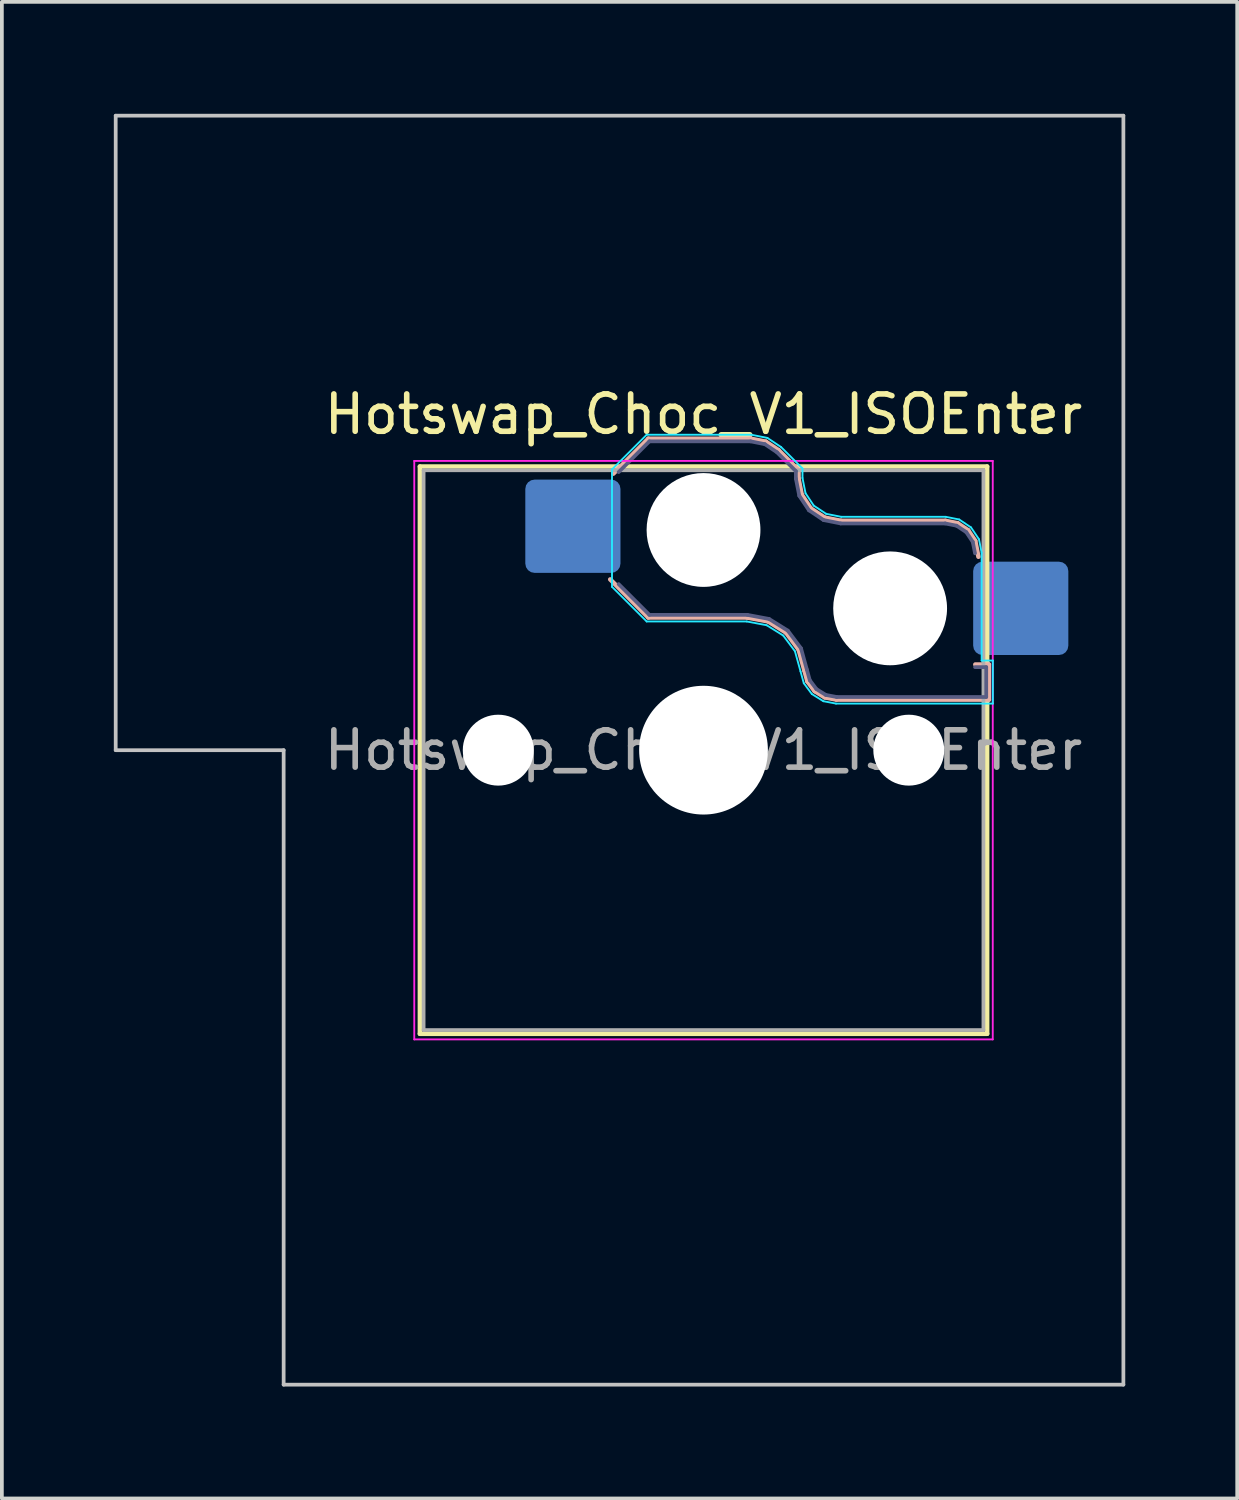
<source format=kicad_pcb>
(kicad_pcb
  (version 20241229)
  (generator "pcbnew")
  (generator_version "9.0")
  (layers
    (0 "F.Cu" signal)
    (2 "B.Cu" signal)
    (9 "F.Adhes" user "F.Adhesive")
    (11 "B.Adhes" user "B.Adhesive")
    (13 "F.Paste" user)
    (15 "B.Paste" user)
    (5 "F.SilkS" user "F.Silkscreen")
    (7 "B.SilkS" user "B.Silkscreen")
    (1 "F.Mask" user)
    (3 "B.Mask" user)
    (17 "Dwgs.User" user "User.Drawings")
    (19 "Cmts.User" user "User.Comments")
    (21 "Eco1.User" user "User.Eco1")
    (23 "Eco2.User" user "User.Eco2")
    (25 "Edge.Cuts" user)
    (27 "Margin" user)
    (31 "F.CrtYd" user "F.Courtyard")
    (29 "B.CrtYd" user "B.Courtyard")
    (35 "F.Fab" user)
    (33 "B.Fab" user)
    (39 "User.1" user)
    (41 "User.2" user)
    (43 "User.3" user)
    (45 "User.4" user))
  (footprint "Hotswap_Choc_V1_ISOEnter"
    (layer "F.Cu")
    (at 15.8 17.05)
    (property "Reference" "Hotswap_Choc_V1_ISOEnter" (at 0 -9 0) (layer "F.SilkS") (effects (font (size 1 1) (thickness 0.15))))
    (attr smd)
    (fp_line (start -7.6 -7.6) (end -7.6 7.6) (stroke (width 0.12) (type solid)) (layer "F.SilkS"))
    (fp_line (start -7.6 7.6) (end 7.6 7.6) (stroke (width 0.12) (type solid)) (layer "F.SilkS"))
    (fp_line (start 7.6 -7.6) (end -7.6 -7.6) (stroke (width 0.12) (type solid)) (layer "F.SilkS"))
    (fp_line (start 7.6 7.6) (end 7.6 -7.6) (stroke (width 0.12) (type solid)) (layer "F.SilkS"))
    (fp_line (start -2.416 -7.409) (end -1.479 -8.346) (stroke (width 0.12) (type solid)) (layer "B.SilkS"))
    (fp_line (start -1.479 -8.346) (end 1.268 -8.346) (stroke (width 0.12) (type solid)) (layer "B.SilkS"))
    (fp_line (start -1.479 -3.554) (end -2.5 -4.575) (stroke (width 0.12) (type solid)) (layer "B.SilkS"))
    (fp_line (start 1.168 -3.554) (end -1.479 -3.554) (stroke (width 0.12) (type solid)) (layer "B.SilkS"))
    (fp_line (start 1.268 -8.346) (end 1.671 -8.266) (stroke (width 0.12) (type solid)) (layer "B.SilkS"))
    (fp_line (start 1.671 -8.266) (end 2.013 -8.037) (stroke (width 0.12) (type solid)) (layer "B.SilkS"))
    (fp_line (start 1.73 -3.449) (end 1.168 -3.554) (stroke (width 0.12) (type solid)) (layer "B.SilkS"))
    (fp_line (start 2.013 -8.037) (end 2.546 -7.504) (stroke (width 0.12) (type solid)) (layer "B.SilkS"))
    (fp_line (start 2.209 -3.15) (end 1.73 -3.449) (stroke (width 0.12) (type solid)) (layer "B.SilkS"))
    (fp_line (start 2.546 -7.504) (end 2.546 -7.282) (stroke (width 0.12) (type solid)) (layer "B.SilkS"))
    (fp_line (start 2.546 -7.282) (end 2.633 -6.844) (stroke (width 0.12) (type solid)) (layer "B.SilkS"))
    (fp_line (start 2.547 -2.697) (end 2.209 -3.15) (stroke (width 0.12) (type solid)) (layer "B.SilkS"))
    (fp_line (start 2.633 -6.844) (end 2.877 -6.477) (stroke (width 0.12) (type solid)) (layer "B.SilkS"))
    (fp_line (start 2.701 -2.139) (end 2.547 -2.697) (stroke (width 0.12) (type solid)) (layer "B.SilkS"))
    (fp_line (start 2.783 -1.841) (end 2.701 -2.139) (stroke (width 0.12) (type solid)) (layer "B.SilkS"))
    (fp_line (start 2.877 -6.477) (end 3.244 -6.233) (stroke (width 0.12) (type solid)) (layer "B.SilkS"))
    (fp_line (start 2.976 -1.583) (end 2.783 -1.841) (stroke (width 0.12) (type solid)) (layer "B.SilkS"))
    (fp_line (start 3.244 -6.233) (end 3.682 -6.146) (stroke (width 0.12) (type solid)) (layer "B.SilkS"))
    (fp_line (start 3.25 -1.413) (end 2.976 -1.583) (stroke (width 0.12) (type solid)) (layer "B.SilkS"))
    (fp_line (start 3.56 -1.354) (end 3.25 -1.413) (stroke (width 0.12) (type solid)) (layer "B.SilkS"))
    (fp_line (start 3.682 -6.146) (end 6.482 -6.146) (stroke (width 0.12) (type solid)) (layer "B.SilkS"))
    (fp_line (start 6.482 -6.146) (end 6.809 -6.081) (stroke (width 0.12) (type solid)) (layer "B.SilkS"))
    (fp_line (start 6.809 -6.081) (end 7.092 -5.892) (stroke (width 0.12) (type solid)) (layer "B.SilkS"))
    (fp_line (start 7.092 -5.892) (end 7.281 -5.609) (stroke (width 0.12) (type solid)) (layer "B.SilkS"))
    (fp_line (start 7.281 -5.609) (end 7.366 -5.182) (stroke (width 0.12) (type solid)) (layer "B.SilkS"))
    (fp_line (start 7.283 -2.296) (end 7.646 -2.296) (stroke (width 0.12) (type solid)) (layer "B.SilkS"))
    (fp_line (start 7.646 -2.296) (end 7.646 -1.354) (stroke (width 0.12) (type solid)) (layer "B.SilkS"))
    (fp_line (start 7.646 -1.354) (end 3.56 -1.354) (stroke (width 0.12) (type solid)) (layer "B.SilkS"))
    (fp_line (start -15.75 -17) (end -15.75 0) (stroke (width 0.1) (type solid)) (layer "Dwgs.User"))
    (fp_line (start -15.75 0) (end -11.25 0) (stroke (width 0.1) (type solid)) (layer "Dwgs.User"))
    (fp_line (start -11.25 0) (end -11.25 17) (stroke (width 0.1) (type solid)) (layer "Dwgs.User"))
    (fp_line (start -11.25 17) (end 11.25 17) (stroke (width 0.1) (type solid)) (layer "Dwgs.User"))
    (fp_line (start 11.25 -17) (end -15.75 -17) (stroke (width 0.1) (type solid)) (layer "Dwgs.User"))
    (fp_line (start 11.25 17) (end 11.25 -17) (stroke (width 0.1) (type solid)) (layer "Dwgs.User"))
    (fp_line (start -7.25 -7.25) (end -7.25 7.25) (stroke (width 0.1) (type solid)) (layer "Eco1.User"))
    (fp_line (start -7.25 7.25) (end 7.25 7.25) (stroke (width 0.1) (type solid)) (layer "Eco1.User"))
    (fp_line (start 7.25 -7.25) (end -7.25 -7.25) (stroke (width 0.1) (type solid)) (layer "Eco1.User"))
    (fp_line (start 7.25 7.25) (end 7.25 -7.25) (stroke (width 0.1) (type solid)) (layer "Eco1.User"))
    (fp_line (start -2.452 -7.523) (end -1.523 -8.452) (stroke (width 0.05) (type solid)) (layer "B.CrtYd"))
    (fp_line (start -2.452 -4.377) (end -2.452 -7.523) (stroke (width 0.05) (type solid)) (layer "B.CrtYd"))
    (fp_line (start -1.523 -8.452) (end 1.278 -8.452) (stroke (width 0.05) (type solid)) (layer "B.CrtYd"))
    (fp_line (start -1.523 -3.448) (end -2.452 -4.377) (stroke (width 0.05) (type solid)) (layer "B.CrtYd"))
    (fp_line (start 1.159 -3.448) (end -1.523 -3.448) (stroke (width 0.05) (type solid)) (layer "B.CrtYd"))
    (fp_line (start 1.278 -8.452) (end 1.712 -8.366) (stroke (width 0.05) (type solid)) (layer "B.CrtYd"))
    (fp_line (start 1.691 -3.348) (end 1.159 -3.448) (stroke (width 0.05) (type solid)) (layer "B.CrtYd"))
    (fp_line (start 1.712 -8.366) (end 2.081 -8.119) (stroke (width 0.05) (type solid)) (layer "B.CrtYd"))
    (fp_line (start 2.081 -8.119) (end 2.652 -7.548) (stroke (width 0.05) (type solid)) (layer "B.CrtYd"))
    (fp_line (start 2.136 -3.071) (end 1.691 -3.348) (stroke (width 0.05) (type solid)) (layer "B.CrtYd"))
    (fp_line (start 2.45 -2.65) (end 2.136 -3.071) (stroke (width 0.05) (type solid)) (layer "B.CrtYd"))
    (fp_line (start 2.599 -2.111) (end 2.45 -2.65) (stroke (width 0.05) (type solid)) (layer "B.CrtYd"))
    (fp_line (start 2.652 -7.548) (end 2.652 -7.292) (stroke (width 0.05) (type solid)) (layer "B.CrtYd"))
    (fp_line (start 2.652 -7.292) (end 2.733 -6.885) (stroke (width 0.05) (type solid)) (layer "B.CrtYd"))
    (fp_line (start 2.687 -1.794) (end 2.599 -2.111) (stroke (width 0.05) (type solid)) (layer "B.CrtYd"))
    (fp_line (start 2.733 -6.885) (end 2.953 -6.553) (stroke (width 0.05) (type solid)) (layer "B.CrtYd"))
    (fp_line (start 2.903 -1.503) (end 2.687 -1.794) (stroke (width 0.05) (type solid)) (layer "B.CrtYd"))
    (fp_line (start 2.953 -6.553) (end 3.285 -6.333) (stroke (width 0.05) (type solid)) (layer "B.CrtYd"))
    (fp_line (start 3.211 -1.312) (end 2.903 -1.503) (stroke (width 0.05) (type solid)) (layer "B.CrtYd"))
    (fp_line (start 3.285 -6.333) (end 3.692 -6.252) (stroke (width 0.05) (type solid)) (layer "B.CrtYd"))
    (fp_line (start 3.55 -1.248) (end 3.211 -1.312) (stroke (width 0.05) (type solid)) (layer "B.CrtYd"))
    (fp_line (start 3.692 -6.252) (end 6.492 -6.252) (stroke (width 0.05) (type solid)) (layer "B.CrtYd"))
    (fp_line (start 6.492 -6.252) (end 6.85 -6.181) (stroke (width 0.05) (type solid)) (layer "B.CrtYd"))
    (fp_line (start 6.85 -6.181) (end 7.168 -5.968) (stroke (width 0.05) (type solid)) (layer "B.CrtYd"))
    (fp_line (start 7.168 -5.968) (end 7.381 -5.65) (stroke (width 0.05) (type solid)) (layer "B.CrtYd"))
    (fp_line (start 7.381 -5.65) (end 7.452 -5.292) (stroke (width 0.05) (type solid)) (layer "B.CrtYd"))
    (fp_line (start 7.452 -5.292) (end 7.452 -2.402) (stroke (width 0.05) (type solid)) (layer "B.CrtYd"))
    (fp_line (start 7.452 -2.402) (end 7.752 -2.402) (stroke (width 0.05) (type solid)) (layer "B.CrtYd"))
    (fp_line (start 7.752 -2.402) (end 7.752 -1.248) (stroke (width 0.05) (type solid)) (layer "B.CrtYd"))
    (fp_line (start 7.752 -1.248) (end 3.55 -1.248) (stroke (width 0.05) (type solid)) (layer "B.CrtYd"))
    (fp_line (start -7.75 -7.75) (end -7.75 7.75) (stroke (width 0.05) (type solid)) (layer "F.CrtYd"))
    (fp_line (start -7.75 7.75) (end 7.75 7.75) (stroke (width 0.05) (type solid)) (layer "F.CrtYd"))
    (fp_line (start 7.75 -7.75) (end -7.75 -7.75) (stroke (width 0.05) (type solid)) (layer "F.CrtYd"))
    (fp_line (start 7.75 7.75) (end 7.75 -7.75) (stroke (width 0.05) (type solid)) (layer "F.CrtYd"))
    (fp_line (start -2.275 -7.45) (end -1.45 -8.275) (stroke (width 0.1) (type solid)) (layer "B.Fab"))
    (fp_line (start -1.45 -8.275) (end 1.261 -8.275) (stroke (width 0.1) (type solid)) (layer "B.Fab"))
    (fp_line (start -1.45 -3.625) (end -2.275 -4.45) (stroke (width 0.1) (type solid)) (layer "B.Fab"))
    (fp_line (start 1.175 -3.625) (end -1.45 -3.625) (stroke (width 0.1) (type solid)) (layer "B.Fab"))
    (fp_line (start 1.261 -8.275) (end 1.643 -8.199) (stroke (width 0.1) (type solid)) (layer "B.Fab"))
    (fp_line (start 1.643 -8.199) (end 1.968 -7.982) (stroke (width 0.1) (type solid)) (layer "B.Fab"))
    (fp_line (start 1.756 -3.516) (end 1.175 -3.625) (stroke (width 0.1) (type solid)) (layer "B.Fab"))
    (fp_line (start 1.968 -7.982) (end 2.475 -7.475) (stroke (width 0.1) (type solid)) (layer "B.Fab"))
    (fp_line (start 2.258 -3.203) (end 1.756 -3.516) (stroke (width 0.1) (type solid)) (layer "B.Fab"))
    (fp_line (start 2.475 -7.475) (end 2.475 -7.275) (stroke (width 0.1) (type solid)) (layer "B.Fab"))
    (fp_line (start 2.475 -7.275) (end 2.566 -6.816) (stroke (width 0.1) (type solid)) (layer "B.Fab"))
    (fp_line (start 2.566 -6.816) (end 2.826 -6.426) (stroke (width 0.1) (type solid)) (layer "B.Fab"))
    (fp_line (start 2.612 -2.729) (end 2.258 -3.203) (stroke (width 0.1) (type solid)) (layer "B.Fab"))
    (fp_line (start 2.769 -2.158) (end 2.612 -2.729) (stroke (width 0.1) (type solid)) (layer "B.Fab"))
    (fp_line (start 2.826 -6.426) (end 3.216 -6.166) (stroke (width 0.1) (type solid)) (layer "B.Fab"))
    (fp_line (start 2.848 -1.873) (end 2.769 -2.158) (stroke (width 0.1) (type solid)) (layer "B.Fab"))
    (fp_line (start 3.025 -1.636) (end 2.848 -1.873) (stroke (width 0.1) (type solid)) (layer "B.Fab"))
    (fp_line (start 3.216 -6.166) (end 3.675 -6.075) (stroke (width 0.1) (type solid)) (layer "B.Fab"))
    (fp_line (start 3.276 -1.48) (end 3.025 -1.636) (stroke (width 0.1) (type solid)) (layer "B.Fab"))
    (fp_line (start 3.567 -1.425) (end 3.276 -1.48) (stroke (width 0.1) (type solid)) (layer "B.Fab"))
    (fp_line (start 3.675 -6.075) (end 6.475 -6.075) (stroke (width 0.1) (type solid)) (layer "B.Fab"))
    (fp_line (start 6.475 -6.075) (end 6.781 -6.014) (stroke (width 0.1) (type solid)) (layer "B.Fab"))
    (fp_line (start 6.781 -6.014) (end 7.041 -5.841) (stroke (width 0.1) (type solid)) (layer "B.Fab"))
    (fp_line (start 7.041 -5.841) (end 7.214 -5.581) (stroke (width 0.1) (type solid)) (layer "B.Fab"))
    (fp_line (start 7.214 -5.581) (end 7.275 -5.275) (stroke (width 0.1) (type solid)) (layer "B.Fab"))
    (fp_line (start 7.275 -2.225) (end 7.575 -2.225) (stroke (width 0.1) (type solid)) (layer "B.Fab"))
    (fp_line (start 7.575 -2.225) (end 7.575 -1.425) (stroke (width 0.1) (type solid)) (layer "B.Fab"))
    (fp_line (start 7.575 -1.425) (end 3.567 -1.425) (stroke (width 0.1) (type solid)) (layer "B.Fab"))
    (fp_line (start -7.5 -7.5) (end -7.5 7.5) (stroke (width 0.1) (type solid)) (layer "F.Fab"))
    (fp_line (start -7.5 7.5) (end 7.5 7.5) (stroke (width 0.1) (type solid)) (layer "F.Fab"))
    (fp_line (start 7.5 -7.5) (end -7.5 -7.5) (stroke (width 0.1) (type solid)) (layer "F.Fab"))
    (fp_line (start 7.5 7.5) (end 7.5 -7.5) (stroke (width 0.1) (type solid)) (layer "F.Fab"))
    (fp_text user "${REFERENCE}" (at 0 0 0) (layer "F.Fab") (effects (font (size 1 1) (thickness 0.15))))
    (pad "" np_thru_hole circle (at -5.5 0) (size 1.9 1.9) (drill 1.9) (layers "*.Cu" "*.Mask"))
    (pad "" np_thru_hole circle (at 0 -5.9) (size 3.05 3.05) (drill 3.05) (layers "*.Cu" "*.Mask"))
    (pad "" np_thru_hole circle (at 0 0) (size 3.45 3.45) (drill 3.45) (layers "*.Cu" "*.Mask"))
    (pad "" np_thru_hole circle (at 5 -3.8) (size 3.05 3.05) (drill 3.05) (layers "*.Cu" "*.Mask"))
    (pad "" np_thru_hole circle (at 5.5 0) (size 1.9 1.9) (drill 1.9) (layers "*.Cu" "*.Mask"))
    (pad "1" smd roundrect (at -3.5 -6) (size 2.55 2.5) (layers "B.Cu" "B.Mask" "B.Paste") (roundrect_rratio 0.1))
    (pad "2" smd roundrect (at 8.5 -3.8) (size 2.55 2.5) (layers "B.Cu" "B.Mask" "B.Paste") (roundrect_rratio 0.1)))
  (gr_rect
    (start -3 -3)
    (end 30.1 37.1)
    (stroke (width 0.1) (type default))
    (fill no)
    (layer "Edge.Cuts")))
</source>
